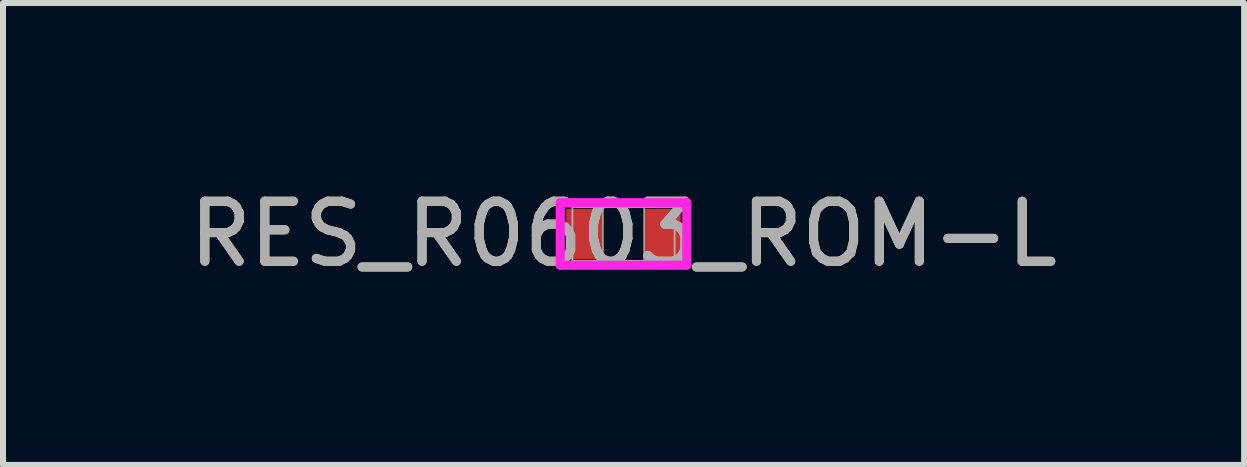
<source format=kicad_pcb>
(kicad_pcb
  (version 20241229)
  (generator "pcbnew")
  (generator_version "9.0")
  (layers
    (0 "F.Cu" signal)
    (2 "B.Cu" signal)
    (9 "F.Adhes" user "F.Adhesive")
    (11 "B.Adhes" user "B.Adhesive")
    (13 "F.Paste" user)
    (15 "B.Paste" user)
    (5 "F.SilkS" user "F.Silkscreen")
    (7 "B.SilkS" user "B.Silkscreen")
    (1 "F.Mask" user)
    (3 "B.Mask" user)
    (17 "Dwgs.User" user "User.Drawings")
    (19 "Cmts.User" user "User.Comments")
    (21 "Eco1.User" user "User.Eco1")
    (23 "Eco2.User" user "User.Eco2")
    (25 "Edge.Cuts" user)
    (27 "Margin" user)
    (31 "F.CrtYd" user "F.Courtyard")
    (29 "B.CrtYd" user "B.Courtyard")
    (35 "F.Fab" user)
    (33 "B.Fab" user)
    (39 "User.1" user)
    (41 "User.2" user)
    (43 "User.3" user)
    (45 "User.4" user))
  (footprint "RES_R0603_ROM-L"
    (layer "F.Cu")
    (at 7.339 0.848)
    (property "Reference" "RES_R0603_ROM-L" (at 0 0 0) (unlocked yes) (layer "F.SilkS") (effects (font (size 1 1) (thickness 0.15))))
    (attr smd)
    (fp_line (start -1.054 -0.521) (end 1.054 -0.521) (stroke (width 0.152) (type solid)) (layer "F.CrtYd"))
    (fp_line (start -1.054 0.521) (end -1.054 -0.521) (stroke (width 0.152) (type solid)) (layer "F.CrtYd"))
    (fp_line (start 1.054 -0.521) (end 1.054 0.521) (stroke (width 0.152) (type solid)) (layer "F.CrtYd"))
    (fp_line (start 1.054 0.521) (end -1.054 0.521) (stroke (width 0.152) (type solid)) (layer "F.CrtYd"))
    (fp_line (start -0.851 -0.445) (end -0.851 0.445) (stroke (width 0.025) (type solid)) (layer "F.Fab"))
    (fp_line (start -0.851 -0.445) (end -0.851 0.445) (stroke (width 0.025) (type solid)) (layer "F.Fab"))
    (fp_line (start -0.851 0.445) (end -0.343 0.445) (stroke (width 0.025) (type solid)) (layer "F.Fab"))
    (fp_line (start -0.851 0.445) (end 0.851 0.445) (stroke (width 0.025) (type solid)) (layer "F.Fab"))
    (fp_line (start -0.343 -0.445) (end -0.851 -0.445) (stroke (width 0.025) (type solid)) (layer "F.Fab"))
    (fp_line (start -0.343 0.445) (end -0.343 -0.445) (stroke (width 0.025) (type solid)) (layer "F.Fab"))
    (fp_line (start 0.343 -0.445) (end 0.343 0.445) (stroke (width 0.025) (type solid)) (layer "F.Fab"))
    (fp_line (start 0.343 0.445) (end 0.851 0.445) (stroke (width 0.025) (type solid)) (layer "F.Fab"))
    (fp_line (start 0.851 -0.445) (end -0.851 -0.445) (stroke (width 0.025) (type solid)) (layer "F.Fab"))
    (fp_line (start 0.851 -0.445) (end 0.343 -0.445) (stroke (width 0.025) (type solid)) (layer "F.Fab"))
    (fp_line (start 0.851 0.445) (end 0.851 -0.445) (stroke (width 0.025) (type solid)) (layer "F.Fab"))
    (fp_line (start 0.851 0.445) (end 0.851 -0.445) (stroke (width 0.025) (type solid)) (layer "F.Fab"))
    (fp_text user "${REFERENCE}" (at 0 0 0) (unlocked yes) (layer "F.Fab") (effects (font (size 1 1) (thickness 0.15))))
    (pad "1" smd rect (at -0.648 0) (size 0.61 0.838) (layers "F.Cu" "F.Mask" "F.Paste"))
    (pad "2" smd rect (at 0.648 0) (size 0.61 0.838) (layers "F.Cu" "F.Mask" "F.Paste"))
    (zone (net_name "") (layer "F.Cu") (hatch full 0.508) (connect_pads) (min_thickness 0.254) (filled_areas_thickness no) (keepout (tracks not_allowed) (vias not_allowed) (pads allowed) (copperpour not_allowed) (footprints allowed)) (placement (enabled no)) (fill) (polygon (pts (xy 7.047 0.455) (xy 7.631 0.455) (xy 7.631 1.242) (xy 7.047 1.242)))))
  (gr_rect
    (start -3 -3)
    (end 17.679 4.697)
    (stroke (width 0.1) (type default))
    (fill no)
    (layer "Edge.Cuts")))
</source>
